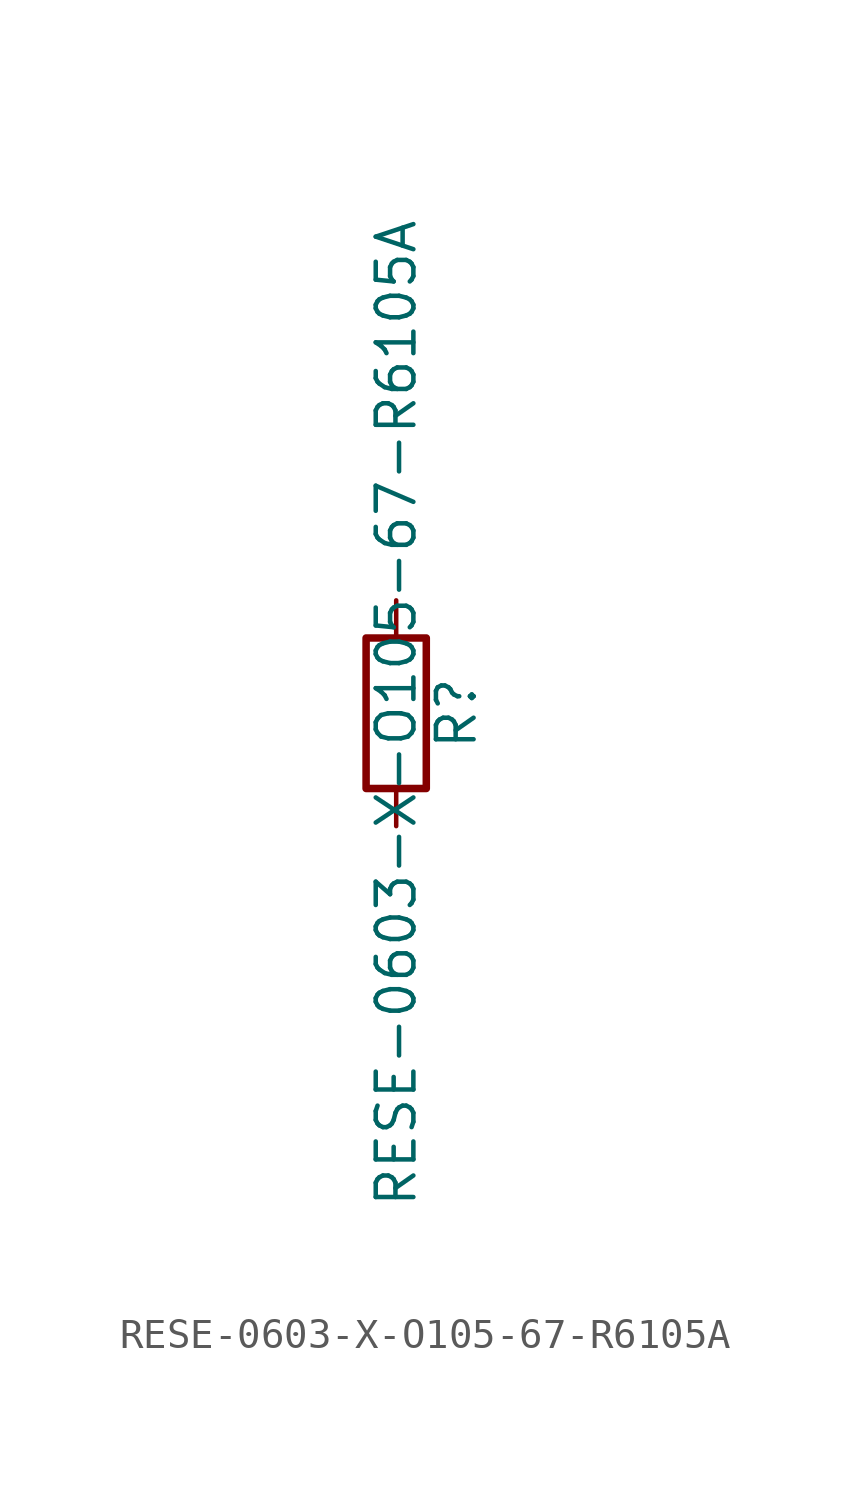
<source format=kicad_sym>
(kicad_symbol_lib
  (version 20211014)
  (generator kicad_symbol_editor)
  (symbol "RESE-0603-X-O105-67-R6105A"
    (pin_numbers hide)
    (pin_names
      (offset 0))
    (property "Reference" "R"
      (at 2.032 0 90)
      (effects (font (size 1.27 1.27))))
    (property "Value" "RESE-0603-X-O105-67-R6105A"
      (at 0 0 90)
      (effects (font (size 1.27 1.27))))
    (symbol "RESE-0603-X-O105-67-R6105A_0_1"
      (rectangle (start -1.016 -2.54) (end 1.016 2.54) (stroke (width 0.254) (type default) (color 0 0 0 0)) (fill (type none))))
    (symbol "RESE-0603-X-O105-67-R6105A_1_1"
      (pin passive line (at 0 3.81 270) (length 1.27) (name "~" (effects (font (size 1.27 1.27)))) (number "1" (effects (font (size 1.27 1.27)))))
      (pin passive line (at 0 -3.81 90) (length 1.27) (name "~" (effects (font (size 1.27 1.27)))) (number "2" (effects (font (size 1.27 1.27))))))))
</source>
